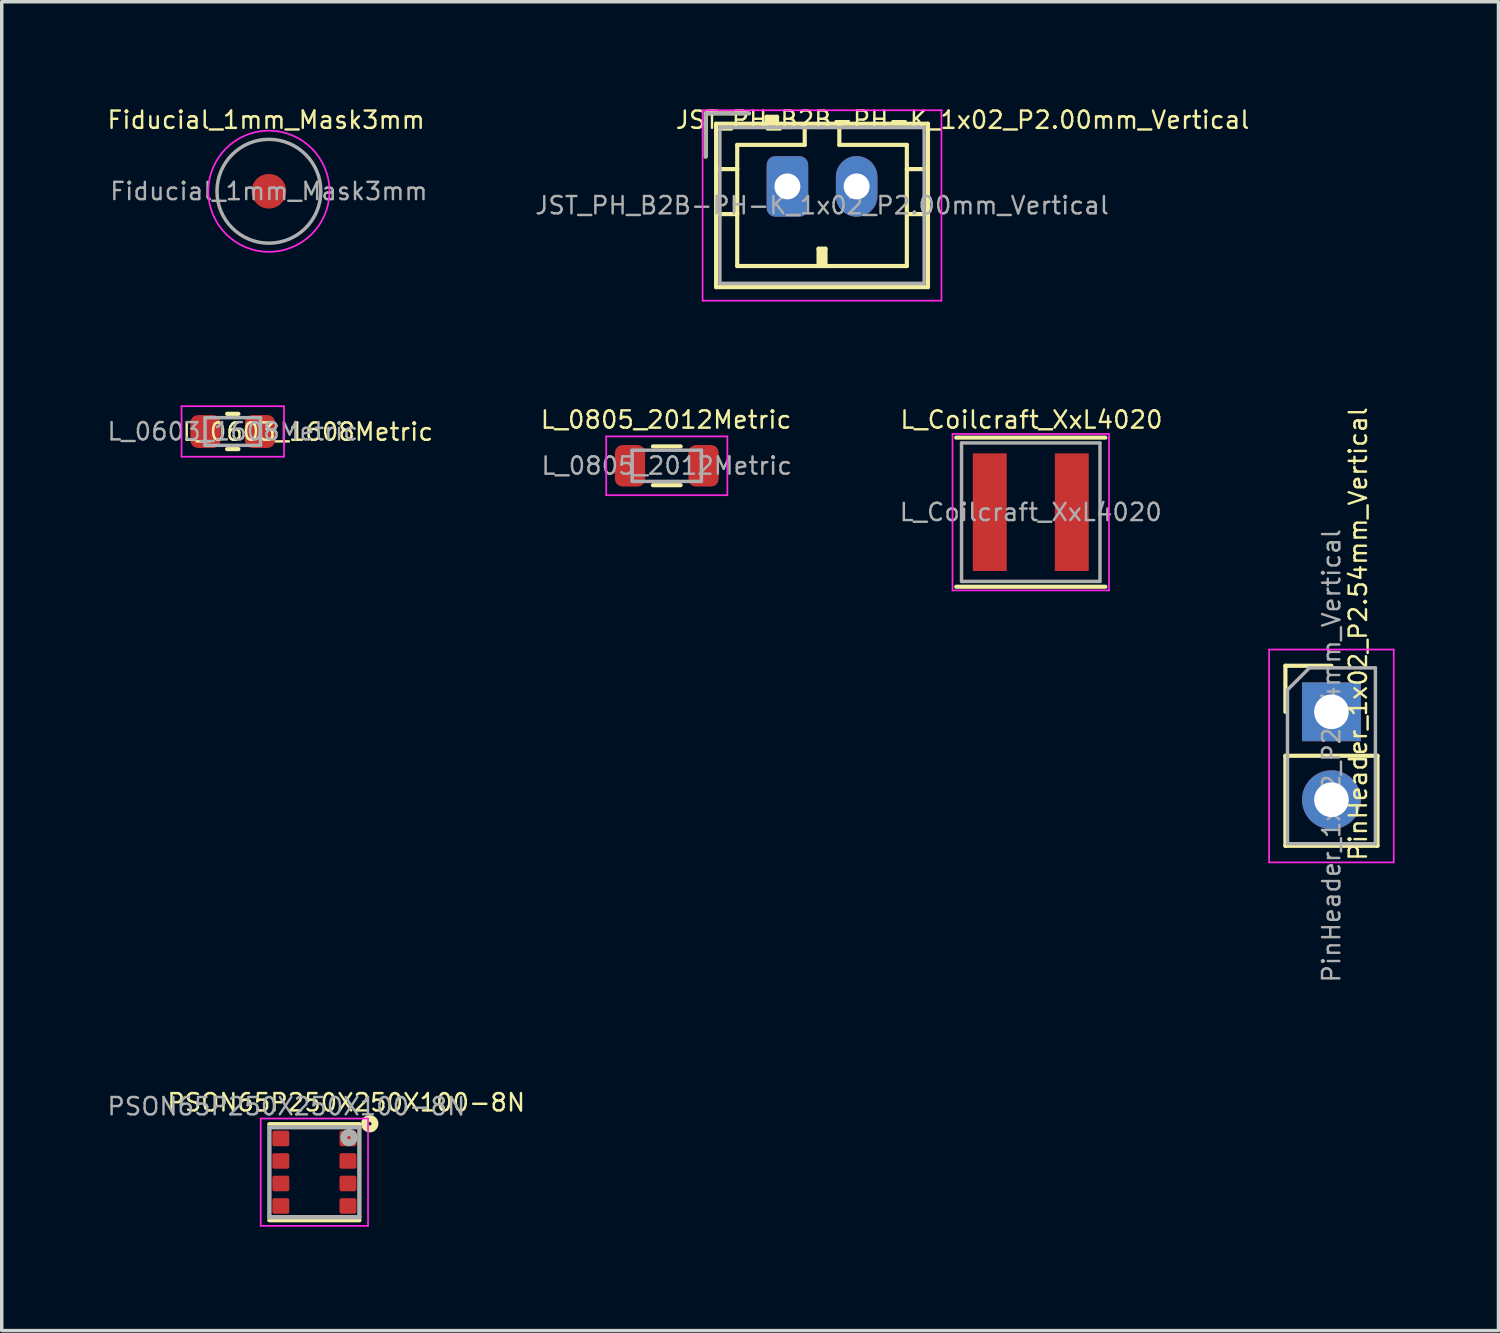
<source format=kicad_pcb>
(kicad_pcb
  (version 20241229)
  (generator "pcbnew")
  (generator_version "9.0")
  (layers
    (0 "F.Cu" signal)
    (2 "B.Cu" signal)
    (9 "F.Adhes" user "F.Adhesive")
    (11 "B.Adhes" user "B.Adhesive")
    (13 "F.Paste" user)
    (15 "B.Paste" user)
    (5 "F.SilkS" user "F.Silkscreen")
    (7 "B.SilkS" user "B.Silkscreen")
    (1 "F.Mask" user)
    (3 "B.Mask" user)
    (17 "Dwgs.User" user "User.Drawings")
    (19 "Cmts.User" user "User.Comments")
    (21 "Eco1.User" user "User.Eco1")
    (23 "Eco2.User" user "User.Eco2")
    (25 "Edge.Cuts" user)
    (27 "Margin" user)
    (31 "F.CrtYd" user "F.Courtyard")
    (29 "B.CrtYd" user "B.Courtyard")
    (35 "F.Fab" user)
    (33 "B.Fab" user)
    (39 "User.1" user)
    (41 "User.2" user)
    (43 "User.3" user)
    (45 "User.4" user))
  (footprint "L_Coilcraft_XxL4020"
    (layer "F.Cu")
    (at 26.727 11.746)
    (property "Reference" "L_Coilcraft_XxL4020" (at 0.02 -2.67 0) (layer "F.SilkS") (effects (font (size 0.5 0.5) (thickness 0.07))))
    (attr smd)
    (fp_line (start -2.154 -2.154) (end 2.154 -2.154) (stroke (width 0.12) (type solid)) (layer "F.SilkS"))
    (fp_line (start 2.154 2.154) (end -2.154 2.154) (stroke (width 0.12) (type solid)) (layer "F.SilkS"))
    (fp_line (start -2.26 -2.26) (end 2.26 -2.26) (stroke (width 0.05) (type solid)) (layer "F.CrtYd"))
    (fp_line (start -2.26 2.26) (end -2.26 -2.26) (stroke (width 0.05) (type solid)) (layer "F.CrtYd"))
    (fp_line (start 2.26 -2.26) (end 2.26 2.26) (stroke (width 0.05) (type solid)) (layer "F.CrtYd"))
    (fp_line (start 2.26 2.26) (end -2.26 2.26) (stroke (width 0.05) (type solid)) (layer "F.CrtYd"))
    (fp_line (start -2 -2) (end 2 -2) (stroke (width 0.1) (type solid)) (layer "F.Fab"))
    (fp_line (start -2 2) (end -2 -2) (stroke (width 0.1) (type solid)) (layer "F.Fab"))
    (fp_line (start 2 -2) (end 2 2) (stroke (width 0.1) (type solid)) (layer "F.Fab"))
    (fp_line (start 2 2) (end -2 2) (stroke (width 0.1) (type solid)) (layer "F.Fab"))
    (fp_text user "${REFERENCE}" (at 0 0 0) (layer "F.Fab") (effects (font (size 0.5 0.5) (thickness 0.07))))
    (pad "1" smd rect (at -1.185 0) (size 0.98 3.4) (layers "F.Cu" "F.Mask" "F.Paste"))
    (pad "2" smd rect (at 1.185 0) (size 0.98 3.4) (layers "F.Cu" "F.Mask" "F.Paste")))
  (footprint "L_0603_1608Metric"
    (layer "F.Cu")
    (at 3.674 9.415)
    (property "Reference" "L_0603_1608Metric" (at 2.17 0.01 0) (layer "F.SilkS") (effects (font (size 0.5 0.5) (thickness 0.07))))
    (attr smd)
    (fp_line (start -0.163 -0.51) (end 0.163 -0.51) (stroke (width 0.12) (type solid)) (layer "F.SilkS"))
    (fp_line (start -0.163 0.51) (end 0.163 0.51) (stroke (width 0.12) (type solid)) (layer "F.SilkS"))
    (fp_line (start -1.48 -0.73) (end 1.48 -0.73) (stroke (width 0.05) (type solid)) (layer "F.CrtYd"))
    (fp_line (start -1.48 0.73) (end -1.48 -0.73) (stroke (width 0.05) (type solid)) (layer "F.CrtYd"))
    (fp_line (start 1.48 -0.73) (end 1.48 0.73) (stroke (width 0.05) (type solid)) (layer "F.CrtYd"))
    (fp_line (start 1.48 0.73) (end -1.48 0.73) (stroke (width 0.05) (type solid)) (layer "F.CrtYd"))
    (fp_line (start -0.8 -0.4) (end 0.8 -0.4) (stroke (width 0.1) (type solid)) (layer "F.Fab"))
    (fp_line (start -0.8 0.4) (end -0.8 -0.4) (stroke (width 0.1) (type solid)) (layer "F.Fab"))
    (fp_line (start 0.8 -0.4) (end 0.8 0.4) (stroke (width 0.1) (type solid)) (layer "F.Fab"))
    (fp_line (start 0.8 0.4) (end -0.8 0.4) (stroke (width 0.1) (type solid)) (layer "F.Fab"))
    (fp_text user "${REFERENCE}" (at 0 0 0) (layer "F.Fab") (effects (font (size 0.5 0.5) (thickness 0.07))))
    (pad "1" smd roundrect (at -0.787 0) (size 0.875 0.95) (layers "F.Cu" "F.Mask" "F.Paste") (roundrect_rratio 0.25))
    (pad "2" smd roundrect (at 0.787 0) (size 0.875 0.95) (layers "F.Cu" "F.Mask" "F.Paste") (roundrect_rratio 0.25)))
  (footprint "PSON65P250X250X100-8N"
    (layer "F.Cu")
    (at 6.032 30.813)
    (property "Reference" "PSON65P250X250X100-8N" (at 0.92 -2.013 0) (layer "F.SilkS") (effects (font (size 0.5 0.5) (thickness 0.07))))
    (attr smd)
    (fp_line (start -1.3 -1.385) (end 1.3 -1.385) (stroke (width 0.127) (type solid)) (layer "F.SilkS"))
    (fp_line (start -1.3 1.385) (end 1.3 1.385) (stroke (width 0.127) (type solid)) (layer "F.SilkS"))
    (fp_circle (center 1.6 -1.4) (end 1.65 -1.4) (stroke (width 0.2) (type solid)) (fill no) (layer "F.SilkS"))
    (fp_line (start -1.55 -1.55) (end 1.55 -1.55) (stroke (width 0.05) (type solid)) (layer "F.CrtYd"))
    (fp_line (start -1.55 1.55) (end -1.55 -1.55) (stroke (width 0.05) (type solid)) (layer "F.CrtYd"))
    (fp_line (start 1.55 -1.55) (end 1.55 1.55) (stroke (width 0.05) (type solid)) (layer "F.CrtYd"))
    (fp_line (start 1.55 1.55) (end -1.55 1.55) (stroke (width 0.05) (type solid)) (layer "F.CrtYd"))
    (fp_line (start -1.3 -1.3) (end -1.3 1.3) (stroke (width 0.127) (type solid)) (layer "F.Fab"))
    (fp_line (start -1.3 1.3) (end 1.3 1.3) (stroke (width 0.127) (type solid)) (layer "F.Fab"))
    (fp_line (start 1.3 -1.3) (end -1.3 -1.3) (stroke (width 0.127) (type solid)) (layer "F.Fab"))
    (fp_line (start 1.3 1.3) (end 1.3 -1.3) (stroke (width 0.127) (type solid)) (layer "F.Fab"))
    (fp_circle (center 1 -1) (end 1.05 -1) (stroke (width 0.2) (type solid)) (fill no) (layer "F.Fab"))
    (fp_text user "${REFERENCE}" (at -0.81 -1.9 0) (unlocked yes) (layer "F.Fab") (effects (font (size 0.5 0.5) (thickness 0.07))))
    (pad "1" smd roundrect (at 0.97 -0.975) (size 0.49 0.45) (layers "F.Cu" "F.Mask" "F.Paste") (roundrect_rratio 0.125))
    (pad "2" smd roundrect (at 0.97 -0.325) (size 0.49 0.45) (layers "F.Cu" "F.Mask" "F.Paste") (roundrect_rratio 0.125))
    (pad "3" smd roundrect (at 0.97 0.325) (size 0.49 0.45) (layers "F.Cu" "F.Mask" "F.Paste") (roundrect_rratio 0.125))
    (pad "4" smd roundrect (at 0.97 0.975) (size 0.49 0.45) (layers "F.Cu" "F.Mask" "F.Paste") (roundrect_rratio 0.125))
    (pad "5" smd roundrect (at -0.97 0.975) (size 0.49 0.45) (layers "F.Cu" "F.Mask" "F.Paste") (roundrect_rratio 0.125))
    (pad "6" smd roundrect (at -0.97 0.325) (size 0.49 0.45) (layers "F.Cu" "F.Mask" "F.Paste") (roundrect_rratio 0.125))
    (pad "7" smd roundrect (at -0.97 -0.325) (size 0.49 0.45) (layers "F.Cu" "F.Mask" "F.Paste") (roundrect_rratio 0.125))
    (pad "8" smd roundrect (at -0.97 -0.975) (size 0.49 0.45) (layers "F.Cu" "F.Mask" "F.Paste") (roundrect_rratio 0.125)))
  (footprint "L_0805_2012Metric"
    (layer "F.Cu")
    (at 16.212 10.406)
    (property "Reference" "L_0805_2012Metric" (at -0.02 -1.33 180) (layer "F.SilkS") (effects (font (size 0.5 0.5) (thickness 0.07))))
    (attr smd)
    (fp_line (start -0.4 -0.56) (end 0.4 -0.56) (stroke (width 0.12) (type solid)) (layer "F.SilkS"))
    (fp_line (start -0.4 0.56) (end 0.4 0.56) (stroke (width 0.12) (type solid)) (layer "F.SilkS"))
    (fp_line (start -1.75 -0.85) (end 1.75 -0.85) (stroke (width 0.05) (type solid)) (layer "F.CrtYd"))
    (fp_line (start -1.75 0.85) (end -1.75 -0.85) (stroke (width 0.05) (type solid)) (layer "F.CrtYd"))
    (fp_line (start 1.75 -0.85) (end 1.75 0.85) (stroke (width 0.05) (type solid)) (layer "F.CrtYd"))
    (fp_line (start 1.75 0.85) (end -1.75 0.85) (stroke (width 0.05) (type solid)) (layer "F.CrtYd"))
    (fp_line (start -1 -0.45) (end 1 -0.45) (stroke (width 0.1) (type solid)) (layer "F.Fab"))
    (fp_line (start -1 0.45) (end -1 -0.45) (stroke (width 0.1) (type solid)) (layer "F.Fab"))
    (fp_line (start 1 -0.45) (end 1 0.45) (stroke (width 0.1) (type solid)) (layer "F.Fab"))
    (fp_line (start 1 0.45) (end -1 0.45) (stroke (width 0.1) (type solid)) (layer "F.Fab"))
    (fp_text user "${REFERENCE}" (at 0 0 180) (layer "F.Fab") (effects (font (size 0.5 0.5) (thickness 0.07))))
    (pad "1" smd roundrect (at -1.062 0) (size 0.875 1.2) (layers "F.Cu" "F.Mask" "F.Paste") (roundrect_rratio 0.25))
    (pad "2" smd roundrect (at 1.062 0) (size 0.875 1.2) (layers "F.Cu" "F.Mask" "F.Paste") (roundrect_rratio 0.25)))
  (footprint "PinHeader_1x02_P2.54mm_Vertical"
    (layer "F.Cu")
    (at 35.413 17.513)
    (property "Reference" "PinHeader_1x02_P2.54mm_Vertical" (at 0.77 -2.25 90) (layer "F.SilkS") (effects (font (size 0.5 0.5) (thickness 0.07))))
    (attr through_hole)
    (fp_line (start -1.33 -1.33) (end 0 -1.33) (stroke (width 0.12) (type solid)) (layer "F.SilkS"))
    (fp_line (start -1.33 0) (end -1.33 -1.33) (stroke (width 0.12) (type solid)) (layer "F.SilkS"))
    (fp_line (start -1.33 1.27) (end -1.33 3.87) (stroke (width 0.12) (type solid)) (layer "F.SilkS"))
    (fp_line (start -1.33 1.27) (end 1.33 1.27) (stroke (width 0.12) (type solid)) (layer "F.SilkS"))
    (fp_line (start -1.33 3.87) (end 1.33 3.87) (stroke (width 0.12) (type solid)) (layer "F.SilkS"))
    (fp_line (start 1.33 1.27) (end 1.33 3.87) (stroke (width 0.12) (type solid)) (layer "F.SilkS"))
    (fp_line (start -1.8 -1.8) (end -1.8 4.35) (stroke (width 0.05) (type solid)) (layer "F.CrtYd"))
    (fp_line (start -1.8 4.35) (end 1.8 4.35) (stroke (width 0.05) (type solid)) (layer "F.CrtYd"))
    (fp_line (start 1.8 -1.8) (end -1.8 -1.8) (stroke (width 0.05) (type solid)) (layer "F.CrtYd"))
    (fp_line (start 1.8 4.35) (end 1.8 -1.8) (stroke (width 0.05) (type solid)) (layer "F.CrtYd"))
    (fp_line (start -1.27 -0.635) (end -0.635 -1.27) (stroke (width 0.1) (type solid)) (layer "F.Fab"))
    (fp_line (start -1.27 3.81) (end -1.27 -0.635) (stroke (width 0.1) (type solid)) (layer "F.Fab"))
    (fp_line (start -0.635 -1.27) (end 1.27 -1.27) (stroke (width 0.1) (type solid)) (layer "F.Fab"))
    (fp_line (start 1.27 -1.27) (end 1.27 3.81) (stroke (width 0.1) (type solid)) (layer "F.Fab"))
    (fp_line (start 1.27 3.81) (end -1.27 3.81) (stroke (width 0.1) (type solid)) (layer "F.Fab"))
    (fp_text user "${REFERENCE}" (at 0 1.27 270) (layer "F.Fab") (effects (font (size 0.5 0.5) (thickness 0.07))))
    (pad "1" thru_hole rect (at 0 0) (size 1.7 1.7) (drill 1) (layers "*.Cu" "*.Mask"))
    (pad "2" thru_hole oval (at 0 2.54) (size 1.7 1.7) (drill 1) (layers "*.Cu" "*.Mask")))
  (footprint "JST_PH_B2B-PH-K_1x02_P2.00mm_Vertical"
    (layer "F.Cu")
    (at 19.697 2.335)
    (property "Reference" "JST_PH_B2B-PH-K_1x02_P2.00mm_Vertical" (at 5.06 -1.92 180) (layer "F.SilkS") (effects (font (size 0.5 0.5) (thickness 0.07))))
    (attr through_hole)
    (fp_line (start -2.36 -2.11) (end -2.36 -0.86) (stroke (width 0.12) (type solid)) (layer "F.SilkS"))
    (fp_line (start -2.06 -1.81) (end -2.06 2.91) (stroke (width 0.12) (type solid)) (layer "F.SilkS"))
    (fp_line (start -2.06 -0.5) (end -1.45 -0.5) (stroke (width 0.12) (type solid)) (layer "F.SilkS"))
    (fp_line (start -2.06 0.8) (end -1.45 0.8) (stroke (width 0.12) (type solid)) (layer "F.SilkS"))
    (fp_line (start -2.06 2.91) (end 4.06 2.91) (stroke (width 0.12) (type solid)) (layer "F.SilkS"))
    (fp_line (start -1.45 -1.2) (end -1.45 2.3) (stroke (width 0.12) (type solid)) (layer "F.SilkS"))
    (fp_line (start -1.45 2.3) (end 3.45 2.3) (stroke (width 0.12) (type solid)) (layer "F.SilkS"))
    (fp_line (start -1.11 -2.11) (end -2.36 -2.11) (stroke (width 0.12) (type solid)) (layer "F.SilkS"))
    (fp_line (start -0.6 -2.01) (end -0.6 -1.81) (stroke (width 0.12) (type solid)) (layer "F.SilkS"))
    (fp_line (start -0.3 -2.01) (end -0.6 -2.01) (stroke (width 0.12) (type solid)) (layer "F.SilkS"))
    (fp_line (start -0.3 -1.91) (end -0.6 -1.91) (stroke (width 0.12) (type solid)) (layer "F.SilkS"))
    (fp_line (start -0.3 -1.81) (end -0.3 -2.01) (stroke (width 0.12) (type solid)) (layer "F.SilkS"))
    (fp_line (start 0.5 -1.81) (end 0.5 -1.2) (stroke (width 0.12) (type solid)) (layer "F.SilkS"))
    (fp_line (start 0.5 -1.2) (end -1.45 -1.2) (stroke (width 0.12) (type solid)) (layer "F.SilkS"))
    (fp_line (start 0.9 1.8) (end 1.1 1.8) (stroke (width 0.12) (type solid)) (layer "F.SilkS"))
    (fp_line (start 0.9 2.3) (end 0.9 1.8) (stroke (width 0.12) (type solid)) (layer "F.SilkS"))
    (fp_line (start 1 2.3) (end 1 1.8) (stroke (width 0.12) (type solid)) (layer "F.SilkS"))
    (fp_line (start 1.1 1.8) (end 1.1 2.3) (stroke (width 0.12) (type solid)) (layer "F.SilkS"))
    (fp_line (start 1.5 -1.2) (end 1.5 -1.81) (stroke (width 0.12) (type solid)) (layer "F.SilkS"))
    (fp_line (start 3.45 -1.2) (end 1.5 -1.2) (stroke (width 0.12) (type solid)) (layer "F.SilkS"))
    (fp_line (start 3.45 2.3) (end 3.45 -1.2) (stroke (width 0.12) (type solid)) (layer "F.SilkS"))
    (fp_line (start 4.06 -1.81) (end -2.06 -1.81) (stroke (width 0.12) (type solid)) (layer "F.SilkS"))
    (fp_line (start 4.06 -0.5) (end 3.45 -0.5) (stroke (width 0.12) (type solid)) (layer "F.SilkS"))
    (fp_line (start 4.06 0.8) (end 3.45 0.8) (stroke (width 0.12) (type solid)) (layer "F.SilkS"))
    (fp_line (start 4.06 2.91) (end 4.06 -1.81) (stroke (width 0.12) (type solid)) (layer "F.SilkS"))
    (fp_line (start -2.45 -2.2) (end -2.45 3.3) (stroke (width 0.05) (type solid)) (layer "F.CrtYd"))
    (fp_line (start -2.45 3.3) (end 4.45 3.3) (stroke (width 0.05) (type solid)) (layer "F.CrtYd"))
    (fp_line (start 4.45 -2.2) (end -2.45 -2.2) (stroke (width 0.05) (type solid)) (layer "F.CrtYd"))
    (fp_line (start 4.45 3.3) (end 4.45 -2.2) (stroke (width 0.05) (type solid)) (layer "F.CrtYd"))
    (fp_line (start -2.36 -2.11) (end -2.36 -0.86) (stroke (width 0.1) (type solid)) (layer "F.Fab"))
    (fp_line (start -1.95 -1.7) (end -1.95 2.8) (stroke (width 0.1) (type solid)) (layer "F.Fab"))
    (fp_line (start -1.95 2.8) (end 3.95 2.8) (stroke (width 0.1) (type solid)) (layer "F.Fab"))
    (fp_line (start -1.11 -2.11) (end -2.36 -2.11) (stroke (width 0.1) (type solid)) (layer "F.Fab"))
    (fp_line (start 3.95 -1.7) (end -1.95 -1.7) (stroke (width 0.1) (type solid)) (layer "F.Fab"))
    (fp_line (start 3.95 2.8) (end 3.95 -1.7) (stroke (width 0.1) (type solid)) (layer "F.Fab"))
    (fp_text user "${REFERENCE}" (at 1 0.55 180) (layer "F.Fab") (effects (font (size 0.5 0.5) (thickness 0.07))))
    (pad "1" thru_hole roundrect (at 0 0) (size 1.2 1.75) (drill 0.75) (layers "*.Cu" "*.Mask") (roundrect_rratio 0.208))
    (pad "2" thru_hole oval (at 2 0) (size 1.2 1.75) (drill 0.75) (layers "*.Cu" "*.Mask")))
  (footprint "Fiducial_1mm_Mask3mm"
    (layer "F.Cu")
    (at 4.718 2.475)
    (property "Reference" "Fiducial_1mm_Mask3mm" (at -0.08 -2.06 0) (layer "F.SilkS") (effects (font (size 0.5 0.5) (thickness 0.07))))
    (attr smd exclude_from_bom)
    (fp_circle (center 0 0) (end 1.75 0) (stroke (width 0.05) (type solid)) (fill no) (layer "F.CrtYd"))
    (fp_circle (center 0 0) (end 1.5 0) (stroke (width 0.1) (type solid)) (fill no) (layer "F.Fab"))
    (fp_text user "${REFERENCE}" (at 0 0 0) (layer "F.Fab") (effects (font (size 0.5 0.5) (thickness 0.07))))
    (pad "" smd circle (at 0 0) (size 1 1) (layers "F.Cu" "F.Mask")))
  (gr_rect
    (start -3 -3)
    (end 40.238 35.388)
    (stroke (width 0.1) (type default))
    (fill no)
    (layer "Edge.Cuts")))
</source>
